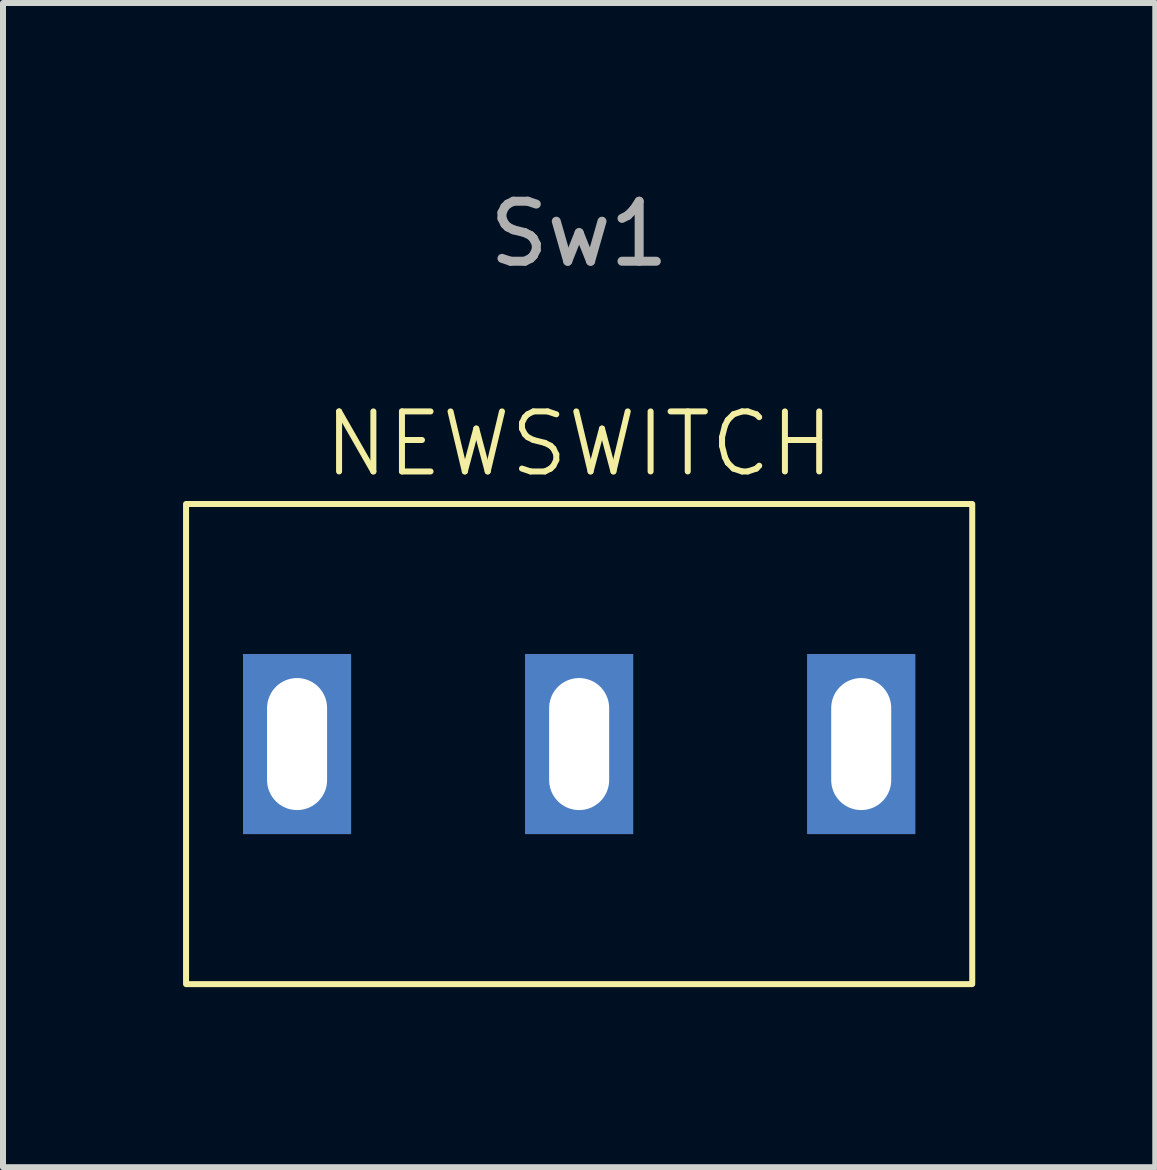
<source format=kicad_pcb>
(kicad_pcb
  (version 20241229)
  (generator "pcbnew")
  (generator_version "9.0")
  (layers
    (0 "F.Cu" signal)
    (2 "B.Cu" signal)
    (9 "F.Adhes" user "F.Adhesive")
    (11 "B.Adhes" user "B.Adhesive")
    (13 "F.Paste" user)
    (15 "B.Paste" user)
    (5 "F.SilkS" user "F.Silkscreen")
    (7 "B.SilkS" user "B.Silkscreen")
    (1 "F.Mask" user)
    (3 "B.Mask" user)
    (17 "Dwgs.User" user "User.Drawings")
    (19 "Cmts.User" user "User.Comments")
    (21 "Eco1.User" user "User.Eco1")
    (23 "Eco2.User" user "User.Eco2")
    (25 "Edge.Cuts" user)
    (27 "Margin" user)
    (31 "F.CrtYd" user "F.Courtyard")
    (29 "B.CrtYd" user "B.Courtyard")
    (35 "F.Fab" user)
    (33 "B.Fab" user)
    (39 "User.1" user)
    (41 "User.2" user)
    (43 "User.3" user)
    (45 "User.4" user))
  (footprint "NEWSWITCH"
    (layer "F.Cu")
    (at 6.6 9.348)
    (property "Reference" "NEWSWITCH" (at 0 -5 0) (unlocked yes) (layer "F.SilkS") (effects (font (size 1 1) (thickness 0.1))))
    (attr smd)
    (fp_rect (start -6.55 -4) (end 6.55 4) (stroke (width 0.1) (type solid)) (fill no) (layer "F.SilkS"))
    (fp_text user "Sw1" (at 0 -8.5 0) (unlocked yes) (layer "F.Fab") (effects (font (size 1 1) (thickness 0.15))))
    (pad "1" thru_hole rect (at -4.7 0 90) (size 3 1.8) (drill oval 2.2 1) (layers "*.Cu" "*.Mask"))
    (pad "2" thru_hole rect (at 0 0 90) (size 3 1.8) (drill oval 2.2 1) (layers "*.Cu" "*.Mask"))
    (pad "3" thru_hole rect (at 4.7 0 90) (size 3 1.8) (drill oval 2.2 1) (layers "*.Cu" "*.Mask")))
  (gr_rect
    (start -3 -3)
    (end 16.2 16.398)
    (stroke (width 0.1) (type default))
    (fill no)
    (layer "Edge.Cuts")))
</source>
